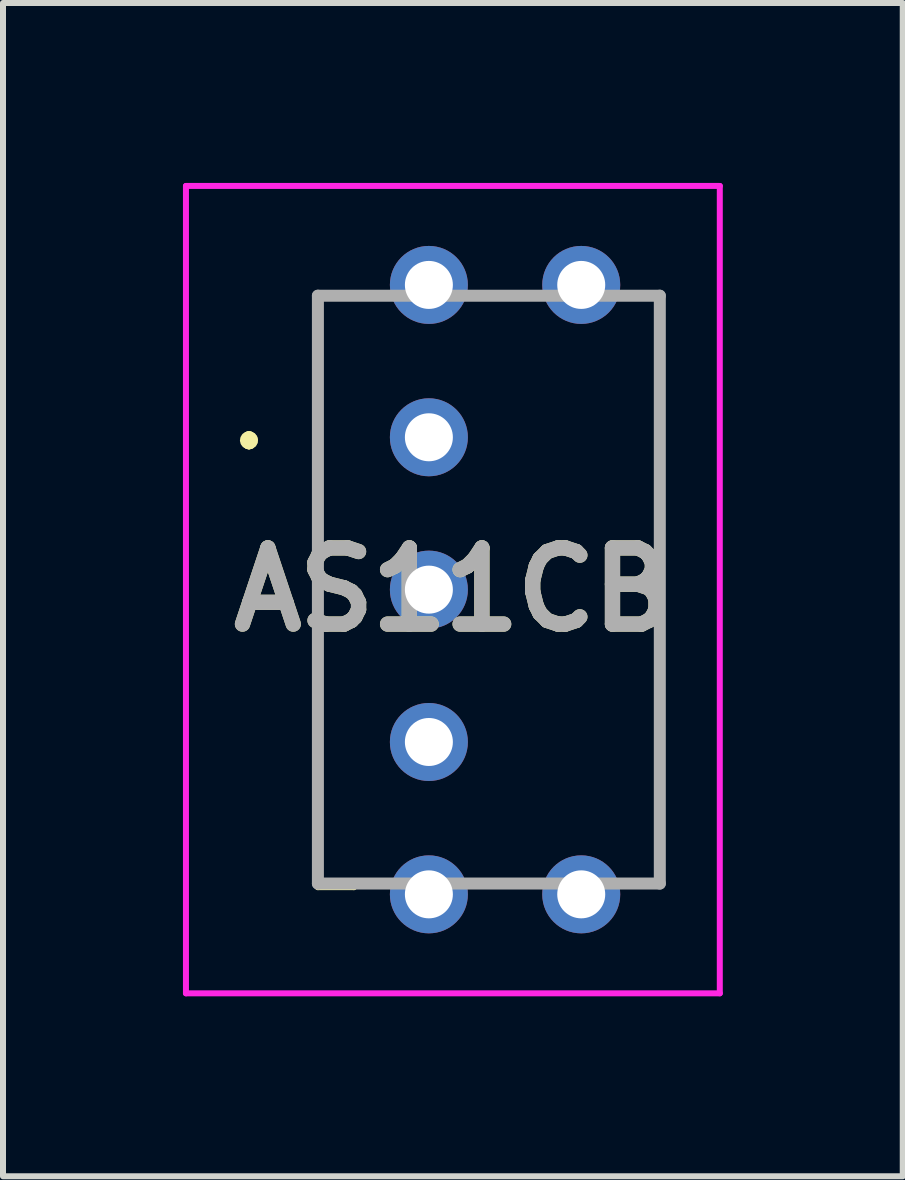
<source format=kicad_pcb>
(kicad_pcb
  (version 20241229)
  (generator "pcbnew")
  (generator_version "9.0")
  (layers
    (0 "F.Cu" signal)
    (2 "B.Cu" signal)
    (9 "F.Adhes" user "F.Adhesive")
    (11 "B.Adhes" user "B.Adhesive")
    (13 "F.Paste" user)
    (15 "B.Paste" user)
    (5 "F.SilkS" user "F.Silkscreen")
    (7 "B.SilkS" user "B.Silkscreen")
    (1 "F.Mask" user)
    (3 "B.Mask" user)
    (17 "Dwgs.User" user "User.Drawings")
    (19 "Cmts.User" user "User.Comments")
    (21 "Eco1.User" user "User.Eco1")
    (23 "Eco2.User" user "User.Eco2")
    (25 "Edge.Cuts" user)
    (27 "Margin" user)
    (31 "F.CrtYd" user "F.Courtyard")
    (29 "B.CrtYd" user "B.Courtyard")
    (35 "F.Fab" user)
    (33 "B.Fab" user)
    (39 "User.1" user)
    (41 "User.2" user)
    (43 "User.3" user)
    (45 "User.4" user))
  (footprint "AS11CB"
    (layer "F.Cu")
    (at 4.1 4.24)
    (property "Reference" "AS11CB" (at 0.4 2.54 0) (layer "F.SilkS") (effects (font (size 1.27 1.27) (thickness 0.254))))
    (attr through_hole)
    (fp_line (start -3 0) (end -3 0) (stroke (width 0.2) (type solid)) (layer "F.SilkS"))
    (fp_line (start -3 0.1) (end -3 0.1) (stroke (width 0.2) (type solid)) (layer "F.SilkS"))
    (fp_line (start -3 0.1) (end -3 0.1) (stroke (width 0.2) (type solid)) (layer "F.SilkS"))
    (fp_line (start -1.85 -2.36) (end -1.85 -2.36) (stroke (width 0.1) (type solid)) (layer "F.SilkS"))
    (fp_line (start -1.85 -2.36) (end -1.85 -2.36) (stroke (width 0.1) (type solid)) (layer "F.SilkS"))
    (fp_line (start -1.85 -2.36) (end -1.85 7.44) (stroke (width 0.1) (type solid)) (layer "F.SilkS"))
    (fp_line (start -1.85 -2.36) (end -1.25 -2.36) (stroke (width 0.1) (type solid)) (layer "F.SilkS"))
    (fp_line (start -1.85 7.44) (end -1.85 -2.36) (stroke (width 0.1) (type solid)) (layer "F.SilkS"))
    (fp_line (start -1.85 7.44) (end -1.85 7.44) (stroke (width 0.1) (type solid)) (layer "F.SilkS"))
    (fp_line (start -1.85 7.44) (end -1.85 7.5) (stroke (width 0.1) (type solid)) (layer "F.SilkS"))
    (fp_line (start -1.85 7.5) (end -1.25 7.5) (stroke (width 0.1) (type solid)) (layer "F.SilkS"))
    (fp_line (start -1.25 -2.36) (end -1.85 -2.36) (stroke (width 0.1) (type solid)) (layer "F.SilkS"))
    (fp_line (start -1.25 -2.36) (end -1.25 -2.36) (stroke (width 0.1) (type solid)) (layer "F.SilkS"))
    (fp_line (start -1.25 7.44) (end -1.85 7.44) (stroke (width 0.1) (type solid)) (layer "F.SilkS"))
    (fp_line (start -1.25 7.5) (end -1.25 7.44) (stroke (width 0.1) (type solid)) (layer "F.SilkS"))
    (fp_line (start 3.85 -2.36) (end 3.85 -2.36) (stroke (width 0.1) (type solid)) (layer "F.SilkS"))
    (fp_line (start 3.85 -2.36) (end 3.85 7.44) (stroke (width 0.1) (type solid)) (layer "F.SilkS"))
    (fp_line (start 3.85 7.44) (end 3.85 -2.36) (stroke (width 0.1) (type solid)) (layer "F.SilkS"))
    (fp_line (start 3.85 7.44) (end 3.85 7.44) (stroke (width 0.1) (type solid)) (layer "F.SilkS"))
    (fp_arc (start -3 0) (mid -2.95 0.05) (end -3 0.1) (stroke (width 0.2) (type solid)) (layer "F.SilkS"))
    (fp_arc (start -3 0) (mid -2.95 0.05) (end -3 0.1) (stroke (width 0.2) (type solid)) (layer "F.SilkS"))
    (fp_arc (start -3 0.1) (mid -3.05 0.05) (end -3 0) (stroke (width 0.2) (type solid)) (layer "F.SilkS"))
    (fp_line (start -4.05 -4.19) (end 4.85 -4.19) (stroke (width 0.1) (type solid)) (layer "F.CrtYd"))
    (fp_line (start -4.05 9.27) (end -4.05 -4.19) (stroke (width 0.1) (type solid)) (layer "F.CrtYd"))
    (fp_line (start 4.85 -4.19) (end 4.85 9.27) (stroke (width 0.1) (type solid)) (layer "F.CrtYd"))
    (fp_line (start 4.85 9.27) (end -4.05 9.27) (stroke (width 0.1) (type solid)) (layer "F.CrtYd"))
    (fp_line (start -1.85 -2.36) (end -1.85 7.44) (stroke (width 0.2) (type solid)) (layer "F.Fab"))
    (fp_line (start -1.85 7.44) (end 3.85 7.44) (stroke (width 0.2) (type solid)) (layer "F.Fab"))
    (fp_line (start 3.85 -2.36) (end -1.85 -2.36) (stroke (width 0.2) (type solid)) (layer "F.Fab"))
    (fp_line (start 3.85 7.44) (end 3.85 -2.36) (stroke (width 0.2) (type solid)) (layer "F.Fab"))
    (fp_text user "${REFERENCE}" (at 0.4 2.54 0) (layer "F.Fab") (effects (font (size 1.27 1.27) (thickness 0.254))))
    (pad "1" thru_hole circle (at 0 0) (size 1.3 1.3) (drill 0.8) (layers "*.Cu" "*.Mask"))
    (pad "2" thru_hole circle (at 0 2.54) (size 1.3 1.3) (drill 0.8) (layers "*.Cu" "*.Mask"))
    (pad "3" thru_hole circle (at 0 5.08) (size 1.3 1.3) (drill 0.8) (layers "*.Cu" "*.Mask"))
    (pad "MH1" thru_hole circle (at 0 -2.54) (size 1.3 1.3) (drill 0.8) (layers "*.Cu" "*.Mask"))
    (pad "MH2" thru_hole circle (at 0 7.62) (size 1.3 1.3) (drill 0.8) (layers "*.Cu" "*.Mask"))
    (pad "MH3" thru_hole circle (at 2.54 -2.54) (size 1.3 1.3) (drill 0.8) (layers "*.Cu" "*.Mask"))
    (pad "MH4" thru_hole circle (at 2.54 7.62) (size 1.3 1.3) (drill 0.8) (layers "*.Cu" "*.Mask")))
  (gr_rect
    (start -3 -3)
    (end 12 16.56)
    (stroke (width 0.1) (type default))
    (fill no)
    (layer "Edge.Cuts")))
</source>
